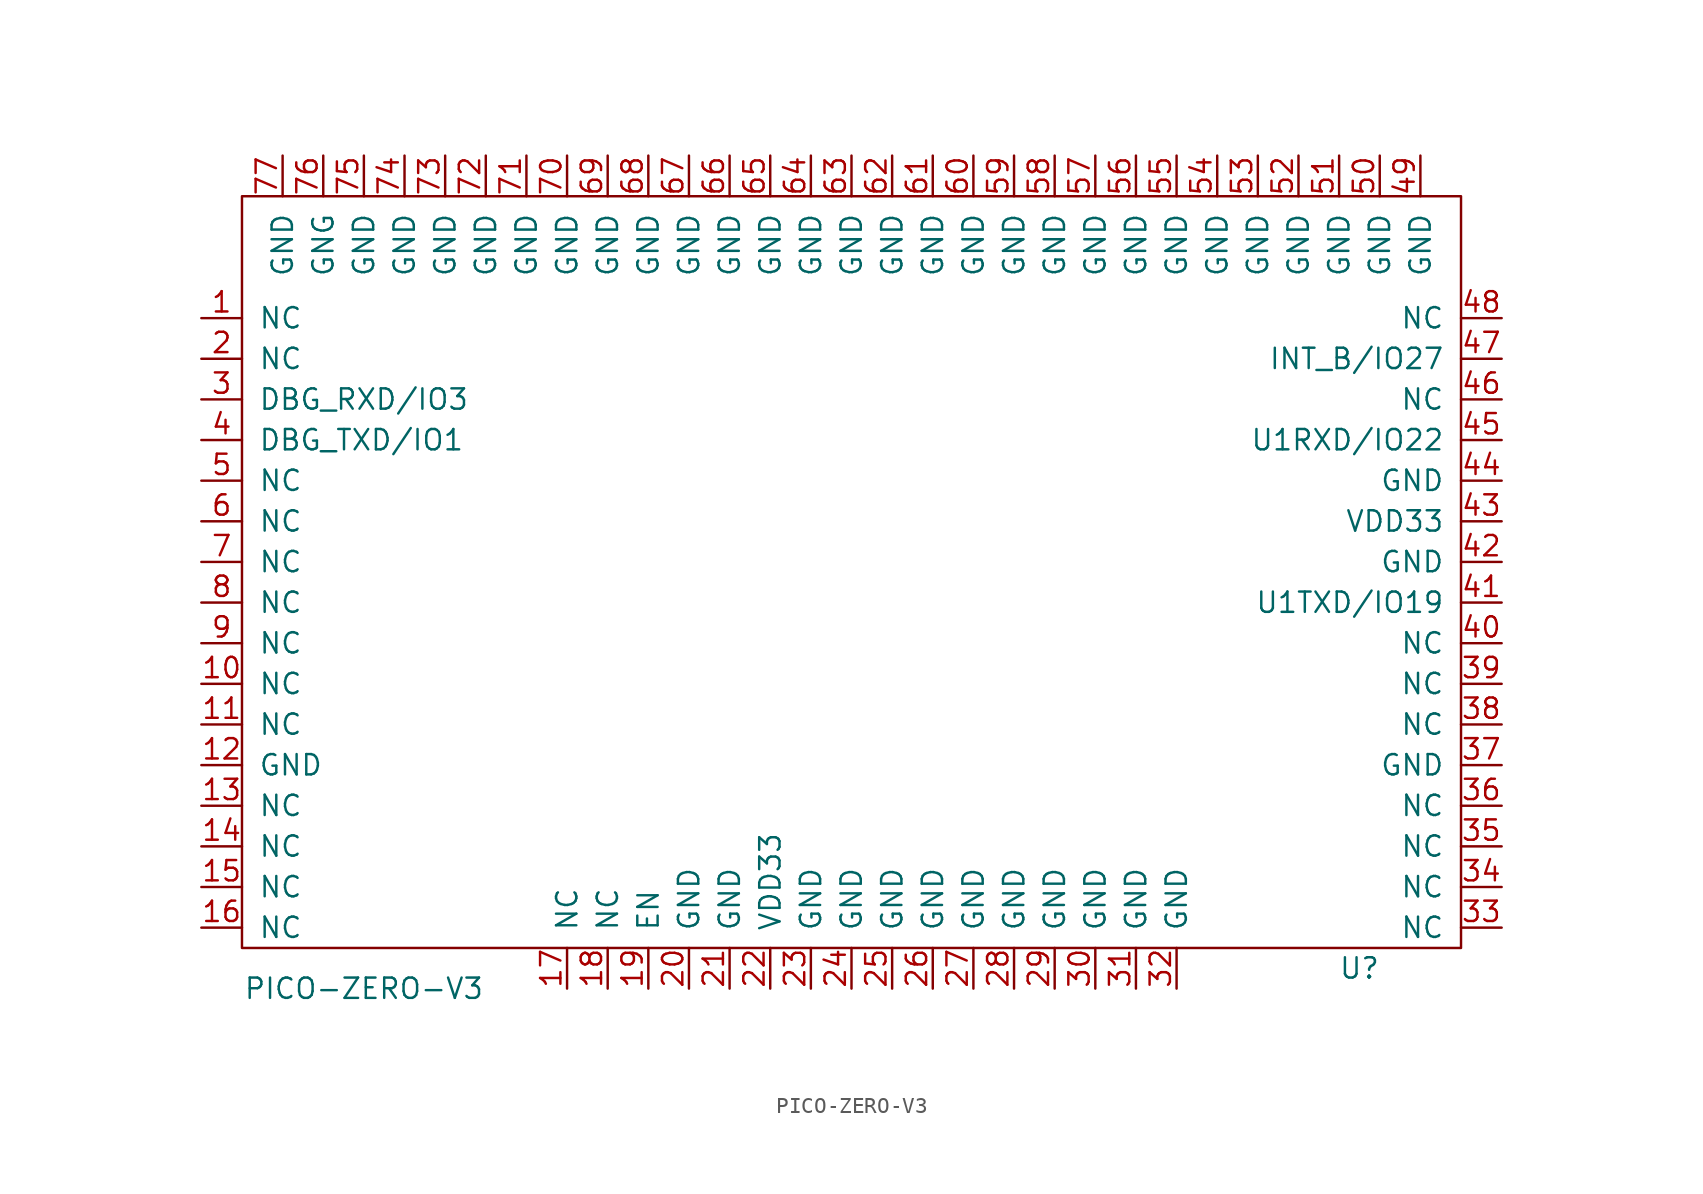
<source format=kicad_sym>
(kicad_symbol_lib
  (version 20211014)
  (generator kicad_symbol_editor)
  (symbol "PICO-ZERO-V3"
    (pin_names
      (offset 1.016))
    (property "Reference" "U"
      (at 69.85 -48.26 0)
      (effects (font (size 1.27 1.27))))
    (property "Value" "PICO-ZERO-V3"
      (at 7.62 -49.53 0)
      (effects (font (size 1.27 1.27))))
    (symbol "PICO-ZERO-V3_0_0"
      (pin input line (at 20.32 -49.53 90) (length 2.54) (name "NC" (effects (font (size 1.27 1.27)))) (number "17" (effects (font (size 1.27 1.27)))))
      (pin input line (at 22.86 -49.53 90) (length 2.54) (name "NC" (effects (font (size 1.27 1.27)))) (number "18" (effects (font (size 1.27 1.27))))))
    (symbol "PICO-ZERO-V3_0_1"
      (rectangle (start 76.2 -46.99) (end 0 0) (stroke (width 0) (type default) (color 0 0 0 0)) (fill (type none))))
    (symbol "PICO-ZERO-V3_1_1"
      (pin input line (at -2.54 -7.62 0) (length 2.54) (name "NC" (effects (font (size 1.27 1.27)))) (number "1" (effects (font (size 1.27 1.27)))))
      (pin input line (at -2.54 -30.48 0) (length 2.54) (name "NC" (effects (font (size 1.27 1.27)))) (number "10" (effects (font (size 1.27 1.27)))))
      (pin input line (at -2.54 -33.02 0) (length 2.54) (name "NC" (effects (font (size 1.27 1.27)))) (number "11" (effects (font (size 1.27 1.27)))))
      (pin input line (at -2.54 -35.56 0) (length 2.54) (name "GND" (effects (font (size 1.27 1.27)))) (number "12" (effects (font (size 1.27 1.27)))))
      (pin input line (at -2.54 -38.1 0) (length 2.54) (name "NC" (effects (font (size 1.27 1.27)))) (number "13" (effects (font (size 1.27 1.27)))))
      (pin input line (at -2.54 -40.64 0) (length 2.54) (name "NC" (effects (font (size 1.27 1.27)))) (number "14" (effects (font (size 1.27 1.27)))))
      (pin input line (at -2.54 -43.18 0) (length 2.54) (name "NC" (effects (font (size 1.27 1.27)))) (number "15" (effects (font (size 1.27 1.27)))))
      (pin input line (at -2.54 -45.72 0) (length 2.54) (name "NC" (effects (font (size 1.27 1.27)))) (number "16" (effects (font (size 1.27 1.27)))))
      (pin input line (at 25.4 -49.53 90) (length 2.54) (name "EN" (effects (font (size 1.27 1.27)))) (number "19" (effects (font (size 1.27 1.27)))))
      (pin input line (at -2.54 -10.16 0) (length 2.54) (name "NC" (effects (font (size 1.27 1.27)))) (number "2" (effects (font (size 1.27 1.27)))))
      (pin input line (at 27.94 -49.53 90) (length 2.54) (name "GND" (effects (font (size 1.27 1.27)))) (number "20" (effects (font (size 1.27 1.27)))))
      (pin input line (at 30.48 -49.53 90) (length 2.54) (name "GND" (effects (font (size 1.27 1.27)))) (number "21" (effects (font (size 1.27 1.27)))))
      (pin input line (at 33.02 -49.53 90) (length 2.54) (name "VDD33" (effects (font (size 1.27 1.27)))) (number "22" (effects (font (size 1.27 1.27)))))
      (pin input line (at 35.56 -49.53 90) (length 2.54) (name "GND" (effects (font (size 1.27 1.27)))) (number "23" (effects (font (size 1.27 1.27)))))
      (pin input line (at 38.1 -49.53 90) (length 2.54) (name "GND" (effects (font (size 1.27 1.27)))) (number "24" (effects (font (size 1.27 1.27)))))
      (pin input line (at 40.64 -49.53 90) (length 2.54) (name "GND" (effects (font (size 1.27 1.27)))) (number "25" (effects (font (size 1.27 1.27)))))
      (pin input line (at 43.18 -49.53 90) (length 2.54) (name "GND" (effects (font (size 1.27 1.27)))) (number "26" (effects (font (size 1.27 1.27)))))
      (pin input line (at 45.72 -49.53 90) (length 2.54) (name "GND" (effects (font (size 1.27 1.27)))) (number "27" (effects (font (size 1.27 1.27)))))
      (pin input line (at 48.26 -49.53 90) (length 2.54) (name "GND" (effects (font (size 1.27 1.27)))) (number "28" (effects (font (size 1.27 1.27)))))
      (pin input line (at 50.8 -49.53 90) (length 2.54) (name "GND" (effects (font (size 1.27 1.27)))) (number "29" (effects (font (size 1.27 1.27)))))
      (pin input line (at -2.54 -12.7 0) (length 2.54) (name "DBG_RXD/IO3" (effects (font (size 1.27 1.27)))) (number "3" (effects (font (size 1.27 1.27)))))
      (pin input line (at 53.34 -49.53 90) (length 2.54) (name "GND" (effects (font (size 1.27 1.27)))) (number "30" (effects (font (size 1.27 1.27)))))
      (pin input line (at 55.88 -49.53 90) (length 2.54) (name "GND" (effects (font (size 1.27 1.27)))) (number "31" (effects (font (size 1.27 1.27)))))
      (pin input line (at 58.42 -49.53 90) (length 2.54) (name "GND" (effects (font (size 1.27 1.27)))) (number "32" (effects (font (size 1.27 1.27)))))
      (pin input line (at 78.74 -45.72 180) (length 2.54) (name "NC" (effects (font (size 1.27 1.27)))) (number "33" (effects (font (size 1.27 1.27)))))
      (pin input line (at 78.74 -43.18 180) (length 2.54) (name "NC" (effects (font (size 1.27 1.27)))) (number "34" (effects (font (size 1.27 1.27)))))
      (pin input line (at 78.74 -40.64 180) (length 2.54) (name "NC" (effects (font (size 1.27 1.27)))) (number "35" (effects (font (size 1.27 1.27)))))
      (pin input line (at 78.74 -38.1 180) (length 2.54) (name "NC" (effects (font (size 1.27 1.27)))) (number "36" (effects (font (size 1.27 1.27)))))
      (pin input line (at 78.74 -35.56 180) (length 2.54) (name "GND" (effects (font (size 1.27 1.27)))) (number "37" (effects (font (size 1.27 1.27)))))
      (pin input line (at 78.74 -33.02 180) (length 2.54) (name "NC" (effects (font (size 1.27 1.27)))) (number "38" (effects (font (size 1.27 1.27)))))
      (pin input line (at 78.74 -30.48 180) (length 2.54) (name "NC" (effects (font (size 1.27 1.27)))) (number "39" (effects (font (size 1.27 1.27)))))
      (pin output line (at -2.54 -15.24 0) (length 2.54) (name "DBG_TXD/IO1" (effects (font (size 1.27 1.27)))) (number "4" (effects (font (size 1.27 1.27)))))
      (pin input line (at 78.74 -27.94 180) (length 2.54) (name "NC" (effects (font (size 1.27 1.27)))) (number "40" (effects (font (size 1.27 1.27)))))
      (pin output line (at 78.74 -25.4 180) (length 2.54) (name "U1TXD/IO19" (effects (font (size 1.27 1.27)))) (number "41" (effects (font (size 1.27 1.27)))))
      (pin input line (at 78.74 -22.86 180) (length 2.54) (name "GND" (effects (font (size 1.27 1.27)))) (number "42" (effects (font (size 1.27 1.27)))))
      (pin input line (at 78.74 -20.32 180) (length 2.54) (name "VDD33" (effects (font (size 1.27 1.27)))) (number "43" (effects (font (size 1.27 1.27)))))
      (pin input line (at 78.74 -17.78 180) (length 2.54) (name "GND" (effects (font (size 1.27 1.27)))) (number "44" (effects (font (size 1.27 1.27)))))
      (pin input line (at 78.74 -15.24 180) (length 2.54) (name "U1RXD/IO22" (effects (font (size 1.27 1.27)))) (number "45" (effects (font (size 1.27 1.27)))))
      (pin input line (at 78.74 -12.7 180) (length 2.54) (name "NC" (effects (font (size 1.27 1.27)))) (number "46" (effects (font (size 1.27 1.27)))))
      (pin input line (at 78.74 -10.16 180) (length 2.54) (name "INT_B/IO27" (effects (font (size 1.27 1.27)))) (number "47" (effects (font (size 1.27 1.27)))))
      (pin input line (at 78.74 -7.62 180) (length 2.54) (name "NC" (effects (font (size 1.27 1.27)))) (number "48" (effects (font (size 1.27 1.27)))))
      (pin input line (at 73.66 2.54 270) (length 2.54) (name "GND" (effects (font (size 1.27 1.27)))) (number "49" (effects (font (size 1.27 1.27)))))
      (pin input line (at -2.54 -17.78 0) (length 2.54) (name "NC" (effects (font (size 1.27 1.27)))) (number "5" (effects (font (size 1.27 1.27)))))
      (pin input line (at 71.12 2.54 270) (length 2.54) (name "GND" (effects (font (size 1.27 1.27)))) (number "50" (effects (font (size 1.27 1.27)))))
      (pin input line (at 68.58 2.54 270) (length 2.54) (name "GND" (effects (font (size 1.27 1.27)))) (number "51" (effects (font (size 1.27 1.27)))))
      (pin input line (at 66.04 2.54 270) (length 2.54) (name "GND" (effects (font (size 1.27 1.27)))) (number "52" (effects (font (size 1.27 1.27)))))
      (pin input line (at 63.5 2.54 270) (length 2.54) (name "GND" (effects (font (size 1.27 1.27)))) (number "53" (effects (font (size 1.27 1.27)))))
      (pin input line (at 60.96 2.54 270) (length 2.54) (name "GND" (effects (font (size 1.27 1.27)))) (number "54" (effects (font (size 1.27 1.27)))))
      (pin input line (at 58.42 2.54 270) (length 2.54) (name "GND" (effects (font (size 1.27 1.27)))) (number "55" (effects (font (size 1.27 1.27)))))
      (pin input line (at 55.88 2.54 270) (length 2.54) (name "GND" (effects (font (size 1.27 1.27)))) (number "56" (effects (font (size 1.27 1.27)))))
      (pin input line (at 53.34 2.54 270) (length 2.54) (name "GND" (effects (font (size 1.27 1.27)))) (number "57" (effects (font (size 1.27 1.27)))))
      (pin input line (at 50.8 2.54 270) (length 2.54) (name "GND" (effects (font (size 1.27 1.27)))) (number "58" (effects (font (size 1.27 1.27)))))
      (pin input line (at 48.26 2.54 270) (length 2.54) (name "GND" (effects (font (size 1.27 1.27)))) (number "59" (effects (font (size 1.27 1.27)))))
      (pin input line (at -2.54 -20.32 0) (length 2.54) (name "NC" (effects (font (size 1.27 1.27)))) (number "6" (effects (font (size 1.27 1.27)))))
      (pin input line (at 45.72 2.54 270) (length 2.54) (name "GND" (effects (font (size 1.27 1.27)))) (number "60" (effects (font (size 1.27 1.27)))))
      (pin input line (at 43.18 2.54 270) (length 2.54) (name "GND" (effects (font (size 1.27 1.27)))) (number "61" (effects (font (size 1.27 1.27)))))
      (pin input line (at 40.64 2.54 270) (length 2.54) (name "GND" (effects (font (size 1.27 1.27)))) (number "62" (effects (font (size 1.27 1.27)))))
      (pin input line (at 38.1 2.54 270) (length 2.54) (name "GND" (effects (font (size 1.27 1.27)))) (number "63" (effects (font (size 1.27 1.27)))))
      (pin input line (at 35.56 2.54 270) (length 2.54) (name "GND" (effects (font (size 1.27 1.27)))) (number "64" (effects (font (size 1.27 1.27)))))
      (pin input line (at 33.02 2.54 270) (length 2.54) (name "GND" (effects (font (size 1.27 1.27)))) (number "65" (effects (font (size 1.27 1.27)))))
      (pin input line (at 30.48 2.54 270) (length 2.54) (name "GND" (effects (font (size 1.27 1.27)))) (number "66" (effects (font (size 1.27 1.27)))))
      (pin input line (at 27.94 2.54 270) (length 2.54) (name "GND" (effects (font (size 1.27 1.27)))) (number "67" (effects (font (size 1.27 1.27)))))
      (pin input line (at 25.4 2.54 270) (length 2.54) (name "GND" (effects (font (size 1.27 1.27)))) (number "68" (effects (font (size 1.27 1.27)))))
      (pin input line (at 22.86 2.54 270) (length 2.54) (name "GND" (effects (font (size 1.27 1.27)))) (number "69" (effects (font (size 1.27 1.27)))))
      (pin input line (at -2.54 -22.86 0) (length 2.54) (name "NC" (effects (font (size 1.27 1.27)))) (number "7" (effects (font (size 1.27 1.27)))))
      (pin input line (at 20.32 2.54 270) (length 2.54) (name "GND" (effects (font (size 1.27 1.27)))) (number "70" (effects (font (size 1.27 1.27)))))
      (pin input line (at 17.78 2.54 270) (length 2.54) (name "GND" (effects (font (size 1.27 1.27)))) (number "71" (effects (font (size 1.27 1.27)))))
      (pin input line (at 15.24 2.54 270) (length 2.54) (name "GND" (effects (font (size 1.27 1.27)))) (number "72" (effects (font (size 1.27 1.27)))))
      (pin input line (at 12.7 2.54 270) (length 2.54) (name "GND" (effects (font (size 1.27 1.27)))) (number "73" (effects (font (size 1.27 1.27)))))
      (pin input line (at 10.16 2.54 270) (length 2.54) (name "GND" (effects (font (size 1.27 1.27)))) (number "74" (effects (font (size 1.27 1.27)))))
      (pin input line (at 7.62 2.54 270) (length 2.54) (name "GND" (effects (font (size 1.27 1.27)))) (number "75" (effects (font (size 1.27 1.27)))))
      (pin input line (at 5.08 2.54 270) (length 2.54) (name "GNG" (effects (font (size 1.27 1.27)))) (number "76" (effects (font (size 1.27 1.27)))))
      (pin input line (at 2.54 2.54 270) (length 2.54) (name "GND" (effects (font (size 1.27 1.27)))) (number "77" (effects (font (size 1.27 1.27)))))
      (pin input line (at -2.54 -25.4 0) (length 2.54) (name "NC" (effects (font (size 1.27 1.27)))) (number "8" (effects (font (size 1.27 1.27)))))
      (pin input line (at -2.54 -27.94 0) (length 2.54) (name "NC" (effects (font (size 1.27 1.27)))) (number "9" (effects (font (size 1.27 1.27))))))))
</source>
